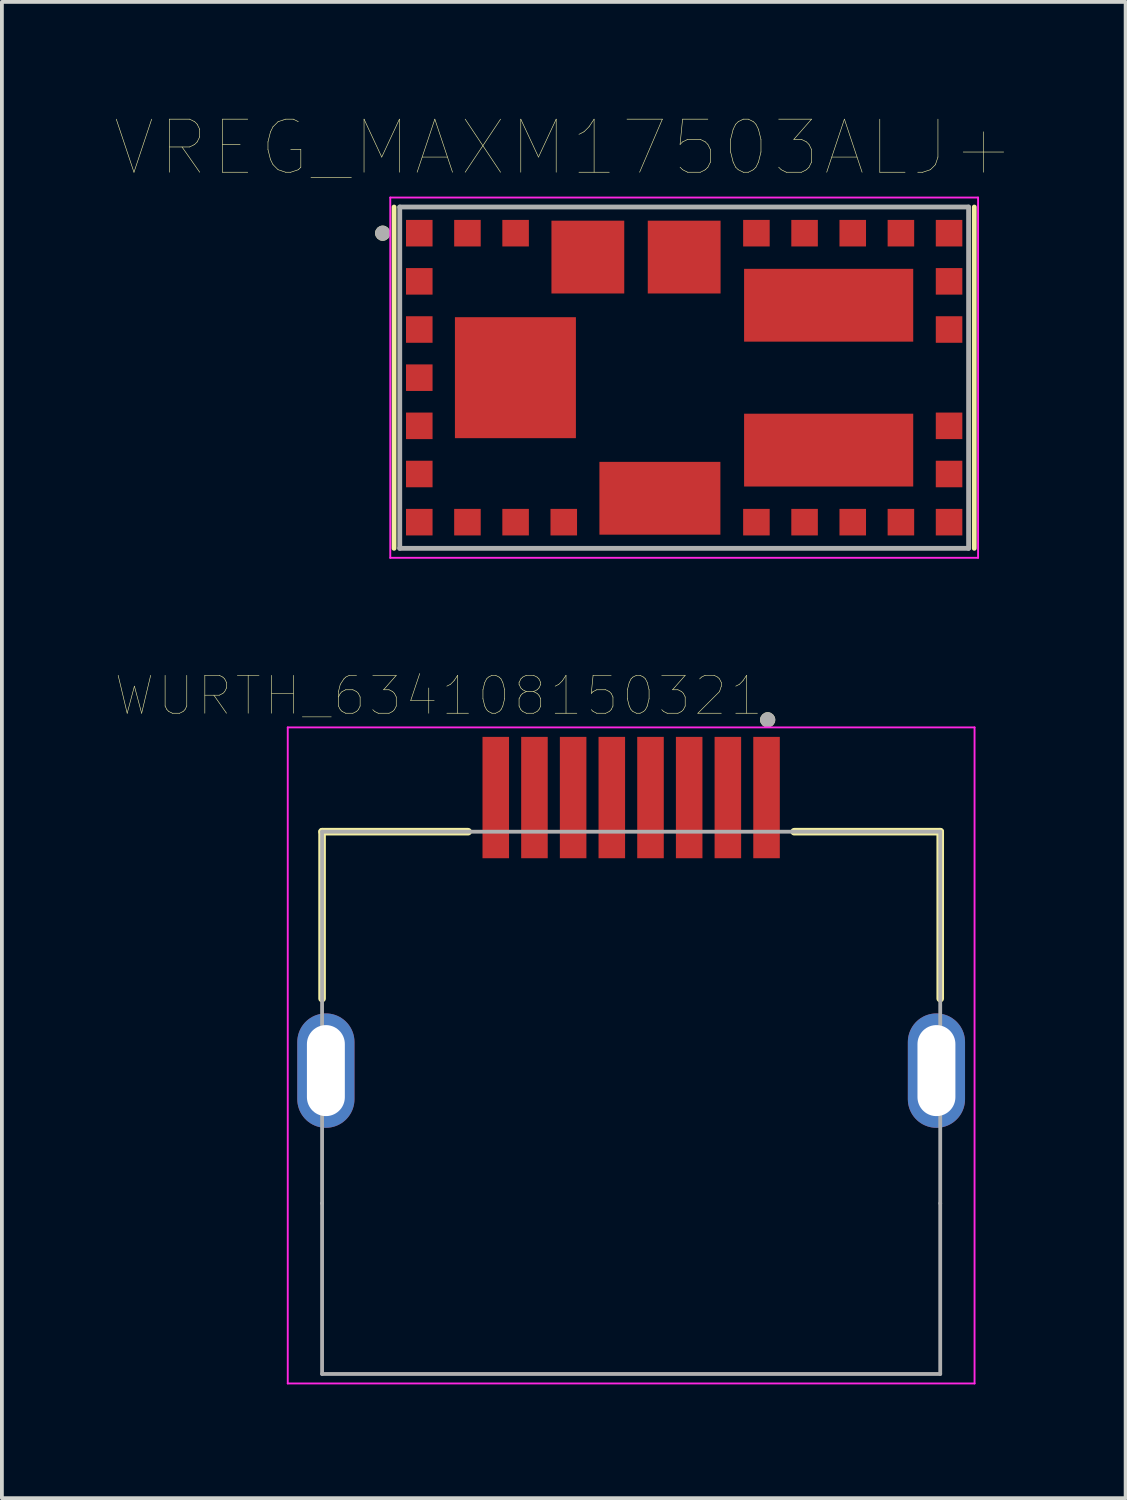
<source format=kicad_pcb>
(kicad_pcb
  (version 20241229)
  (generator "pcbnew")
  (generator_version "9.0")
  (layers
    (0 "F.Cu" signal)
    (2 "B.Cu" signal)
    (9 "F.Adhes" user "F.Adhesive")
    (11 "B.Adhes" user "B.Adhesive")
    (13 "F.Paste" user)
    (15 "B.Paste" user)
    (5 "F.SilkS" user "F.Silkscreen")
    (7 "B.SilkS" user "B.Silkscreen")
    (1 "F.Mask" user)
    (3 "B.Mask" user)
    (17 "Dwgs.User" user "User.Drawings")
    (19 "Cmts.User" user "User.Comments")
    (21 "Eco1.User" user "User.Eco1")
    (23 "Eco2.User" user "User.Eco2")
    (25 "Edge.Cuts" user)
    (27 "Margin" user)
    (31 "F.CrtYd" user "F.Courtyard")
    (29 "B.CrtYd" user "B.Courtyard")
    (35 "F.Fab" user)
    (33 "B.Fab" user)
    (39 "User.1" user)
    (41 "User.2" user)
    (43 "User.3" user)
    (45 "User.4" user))
  (footprint "WURTH_634108150321"
    (layer "F.Cu")
    (at 13.593 25.181)
    (property "Reference" "WURTH_634108150321" (at -5.075 -9.885 0) (layer "F.SilkS") (effects (font (size 1 1) (thickness 0.015))))
    (attr through_hole)
    (fp_line (start -8.15 -6.3) (end -8.15 -1.9) (stroke (width 0.2) (type solid)) (layer "F.SilkS"))
    (fp_line (start -4.3 -6.3) (end -8.15 -6.3) (stroke (width 0.2) (type solid)) (layer "F.SilkS"))
    (fp_line (start 4.3 -6.3) (end 8.15 -6.3) (stroke (width 0.2) (type solid)) (layer "F.SilkS"))
    (fp_line (start 8.15 -6.3) (end 8.15 -1.9) (stroke (width 0.2) (type solid)) (layer "F.SilkS"))
    (fp_circle (center 3.6 -9.25) (end 3.7 -9.25) (stroke (width 0.2) (type solid)) (fill no) (layer "F.SilkS"))
    (fp_line (start -7 -4.9) (end -7 3.5) (stroke (width 0.001) (type solid)) (layer "Dwgs.User"))
    (fp_line (start -7 -4.9) (end 7 -4.9) (stroke (width 0.001) (type solid)) (layer "Dwgs.User"))
    (fp_line (start -7 3.5) (end 7 3.5) (stroke (width 0.001) (type solid)) (layer "Dwgs.User"))
    (fp_line (start 7 -4.9) (end 7 3.5) (stroke (width 0.001) (type solid)) (layer "Dwgs.User"))
    (fp_line (start -9.055 -9.05) (end 9.055 -9.05) (stroke (width 0.05) (type solid)) (layer "F.CrtYd"))
    (fp_line (start -9.055 8.25) (end -9.055 -9.05) (stroke (width 0.05) (type solid)) (layer "F.CrtYd"))
    (fp_line (start 9.055 -9.05) (end 9.055 8.25) (stroke (width 0.05) (type solid)) (layer "F.CrtYd"))
    (fp_line (start 9.055 8.25) (end -9.055 8.25) (stroke (width 0.05) (type solid)) (layer "F.CrtYd"))
    (fp_line (start -8.15 -6.3) (end 8.15 -6.3) (stroke (width 0.1) (type solid)) (layer "F.Fab"))
    (fp_line (start -8.15 3.5) (end -8.15 -6.3) (stroke (width 0.1) (type solid)) (layer "F.Fab"))
    (fp_line (start -8.15 8) (end -8.15 3.5) (stroke (width 0.1) (type solid)) (layer "F.Fab"))
    (fp_line (start 8.15 3.5) (end 8.15 -6.3) (stroke (width 0.1) (type solid)) (layer "F.Fab"))
    (fp_line (start 8.15 8) (end -8.15 8) (stroke (width 0.1) (type solid)) (layer "F.Fab"))
    (fp_line (start 8.15 8) (end 8.15 3.5) (stroke (width 0.1) (type solid)) (layer "F.Fab"))
    (fp_circle (center 3.6 -9.25) (end 3.7 -9.25) (stroke (width 0.2) (type solid)) (fill no) (layer "F.Fab"))
    (pad "1" smd rect (at 3.57 -7.2) (size 0.7 3.2) (layers "F.Cu" "F.Mask" "F.Paste"))
    (pad "2" smd rect (at 2.55 -7.2) (size 0.7 3.2) (layers "F.Cu" "F.Mask" "F.Paste"))
    (pad "3" smd rect (at 1.53 -7.2) (size 0.7 3.2) (layers "F.Cu" "F.Mask" "F.Paste"))
    (pad "4" smd rect (at 0.51 -7.2) (size 0.7 3.2) (layers "F.Cu" "F.Mask" "F.Paste"))
    (pad "5" smd rect (at -0.51 -7.2) (size 0.7 3.2) (layers "F.Cu" "F.Mask" "F.Paste"))
    (pad "6" smd rect (at -1.53 -7.2) (size 0.7 3.2) (layers "F.Cu" "F.Mask" "F.Paste"))
    (pad "7" smd rect (at -2.55 -7.2) (size 0.7 3.2) (layers "F.Cu" "F.Mask" "F.Paste"))
    (pad "8" smd rect (at -3.57 -7.2) (size 0.7 3.2) (layers "F.Cu" "F.Mask" "F.Paste"))
    (pad "SHIELD1" thru_hole oval (at -8.05 0) (size 1.508 3.016) (drill oval 1 2.4) (layers "*.Cu" "*.Mask"))
    (pad "SHIELD2" thru_hole oval (at 8.05 0) (size 1.508 3.016) (drill oval 1 2.4) (layers "*.Cu" "*.Mask")))
  (footprint "VREG_MAXM17503ALJ+"
    (layer "F.Cu")
    (at 14.991 6.909)
    (property "Reference" "VREG_MAXM17503ALJ+" (at -3.175 -6.064 0) (layer "F.SilkS") (effects (font (size 1.4 1.4) (thickness 0.015))))
    (attr through_hole)
    (fp_line (start -7.65 -4.5) (end -7.65 4.5) (stroke (width 0.127) (type solid)) (layer "F.SilkS"))
    (fp_line (start 7.65 4.5) (end 7.65 -4.5) (stroke (width 0.127) (type solid)) (layer "F.SilkS"))
    (fp_circle (center -7.95 -3.81) (end -7.85 -3.81) (stroke (width 0.2) (type solid)) (fill no) (layer "F.SilkS"))
    (fp_line (start -7.75 -4.75) (end -7.75 4.75) (stroke (width 0.05) (type solid)) (layer "F.CrtYd"))
    (fp_line (start -7.75 -4.75) (end 7.75 -4.75) (stroke (width 0.05) (type solid)) (layer "F.CrtYd"))
    (fp_line (start 7.75 4.75) (end -7.75 4.75) (stroke (width 0.05) (type solid)) (layer "F.CrtYd"))
    (fp_line (start 7.75 4.75) (end 7.75 -4.75) (stroke (width 0.05) (type solid)) (layer "F.CrtYd"))
    (fp_line (start -7.5 -4.5) (end -7.5 4.5) (stroke (width 0.127) (type solid)) (layer "F.Fab"))
    (fp_line (start -7.5 -4.5) (end 7.5 -4.5) (stroke (width 0.127) (type solid)) (layer "F.Fab"))
    (fp_line (start 7.5 4.5) (end -7.5 4.5) (stroke (width 0.127) (type solid)) (layer "F.Fab"))
    (fp_line (start 7.5 4.5) (end 7.5 -4.5) (stroke (width 0.127) (type solid)) (layer "F.Fab"))
    (fp_circle (center -7.95 -3.81) (end -7.85 -3.81) (stroke (width 0.2) (type solid)) (fill no) (layer "F.Fab"))
    (pad "1" smd rect (at -6.985 -3.81) (size 0.7 0.7) (layers "F.Cu" "F.Mask" "F.Paste"))
    (pad "2" smd rect (at -6.985 -2.54) (size 0.7 0.7) (layers "F.Cu" "F.Mask" "F.Paste"))
    (pad "3" smd rect (at -6.985 -1.27) (size 0.7 0.7) (layers "F.Cu" "F.Mask" "F.Paste"))
    (pad "4" smd rect (at -6.985 0) (size 0.7 0.7) (layers "F.Cu" "F.Mask" "F.Paste"))
    (pad "5" smd rect (at -6.985 1.27) (size 0.7 0.7) (layers "F.Cu" "F.Mask" "F.Paste"))
    (pad "6" smd rect (at -6.985 2.54) (size 0.7 0.7) (layers "F.Cu" "F.Mask" "F.Paste"))
    (pad "7" smd rect (at -6.985 3.81) (size 0.7 0.7) (layers "F.Cu" "F.Mask" "F.Paste"))
    (pad "8" smd rect (at -5.715 3.81) (size 0.7 0.7) (layers "F.Cu" "F.Mask" "F.Paste"))
    (pad "9" smd rect (at -4.445 3.81) (size 0.7 0.7) (layers "F.Cu" "F.Mask" "F.Paste"))
    (pad "10" smd rect (at -3.175 3.81) (size 0.7 0.7) (layers "F.Cu" "F.Mask" "F.Paste"))
    (pad "11" smd rect (at -0.64 3.18) (size 3.19 1.92) (layers "F.Cu" "F.Mask" "F.Paste"))
    (pad "12" smd rect (at 1.905 3.81) (size 0.7 0.7) (layers "F.Cu" "F.Mask" "F.Paste"))
    (pad "13" smd rect (at 3.175 3.81) (size 0.7 0.7) (layers "F.Cu" "F.Mask" "F.Paste"))
    (pad "14" smd rect (at 4.445 3.81) (size 0.7 0.7) (layers "F.Cu" "F.Mask" "F.Paste"))
    (pad "15" smd rect (at 5.715 3.81) (size 0.7 0.7) (layers "F.Cu" "F.Mask" "F.Paste"))
    (pad "16" smd rect (at 6.985 3.81) (size 0.7 0.7) (layers "F.Cu" "F.Mask" "F.Paste"))
    (pad "17" smd rect (at 6.985 2.54) (size 0.7 0.7) (layers "F.Cu" "F.Mask" "F.Paste"))
    (pad "18" smd rect (at 6.985 1.27) (size 0.7 0.7) (layers "F.Cu" "F.Mask" "F.Paste"))
    (pad "19" smd rect (at 6.985 -1.27) (size 0.7 0.7) (layers "F.Cu" "F.Mask" "F.Paste"))
    (pad "20" smd rect (at 6.985 -2.54) (size 0.7 0.7) (layers "F.Cu" "F.Mask" "F.Paste"))
    (pad "21" smd rect (at 6.985 -3.81) (size 0.7 0.7) (layers "F.Cu" "F.Mask" "F.Paste"))
    (pad "22" smd rect (at 5.715 -3.81) (size 0.7 0.7) (layers "F.Cu" "F.Mask" "F.Paste"))
    (pad "23" smd rect (at 4.445 -3.81) (size 0.7 0.7) (layers "F.Cu" "F.Mask" "F.Paste"))
    (pad "24" smd rect (at 3.175 -3.81) (size 0.7 0.7) (layers "F.Cu" "F.Mask" "F.Paste"))
    (pad "25" smd rect (at 1.905 -3.81) (size 0.7 0.7) (layers "F.Cu" "F.Mask" "F.Paste"))
    (pad "26" smd rect (at 0 -3.18) (size 1.92 1.92) (layers "F.Cu" "F.Mask" "F.Paste"))
    (pad "27" smd rect (at -2.54 -3.18) (size 1.92 1.92) (layers "F.Cu" "F.Mask" "F.Paste"))
    (pad "28" smd rect (at -4.445 -3.81) (size 0.7 0.7) (layers "F.Cu" "F.Mask" "F.Paste"))
    (pad "29" smd rect (at -5.715 -3.81) (size 0.7 0.7) (layers "F.Cu" "F.Mask" "F.Paste"))
    (pad "30" smd rect (at -4.45 0) (size 3.19 3.19) (layers "F.Cu" "F.Mask" "F.Paste"))
    (pad "31" smd rect (at 3.81 -1.91) (size 4.46 1.92) (layers "F.Cu" "F.Mask" "F.Paste"))
    (pad "32" smd rect (at 3.81 1.91) (size 4.46 1.92) (layers "F.Cu" "F.Mask" "F.Paste")))
  (gr_rect
    (start -3 -3)
    (end 26.632 36.456)
    (stroke (width 0.1) (type default))
    (fill no)
    (layer "Edge.Cuts")))
</source>
